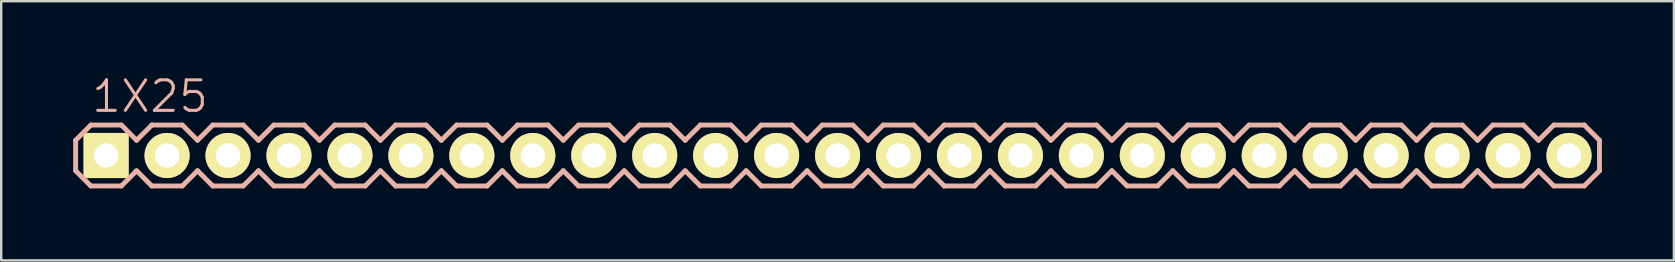
<source format=kicad_pcb>
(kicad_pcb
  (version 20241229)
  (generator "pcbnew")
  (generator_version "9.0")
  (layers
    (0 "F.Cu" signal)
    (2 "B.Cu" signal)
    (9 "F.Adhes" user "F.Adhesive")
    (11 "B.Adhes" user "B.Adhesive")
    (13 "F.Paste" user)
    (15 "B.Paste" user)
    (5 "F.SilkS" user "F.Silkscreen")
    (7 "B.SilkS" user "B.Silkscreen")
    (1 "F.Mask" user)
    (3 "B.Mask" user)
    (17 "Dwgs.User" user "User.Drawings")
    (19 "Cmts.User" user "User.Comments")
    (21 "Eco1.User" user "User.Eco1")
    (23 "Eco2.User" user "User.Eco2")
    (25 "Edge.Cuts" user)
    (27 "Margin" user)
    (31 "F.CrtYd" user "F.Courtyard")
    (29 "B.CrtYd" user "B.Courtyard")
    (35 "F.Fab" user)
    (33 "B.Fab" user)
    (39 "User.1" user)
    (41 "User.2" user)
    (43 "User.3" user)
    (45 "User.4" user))
  (footprint "1X25"
    (layer "F.Cu")
    (at 1.372 3.43)
    (property "Reference" "1X25" (at 1.829 -2.464 0) (layer "B.SilkS") (effects (font (size 1.27 1.27) (thickness 0.127))))
    (attr exclude_from_pos_files exclude_from_bom)
    (fp_line (start -0.254 -0.254) (end 0.254 -0.254) (stroke (width 0.066) (type solid)) (layer "F.SilkS"))
    (fp_line (start -0.254 0.254) (end -0.254 -0.254) (stroke (width 0.066) (type solid)) (layer "F.SilkS"))
    (fp_line (start -0.254 0.254) (end 0.254 0.254) (stroke (width 0.066) (type solid)) (layer "F.SilkS"))
    (fp_line (start 0.254 0.254) (end 0.254 -0.254) (stroke (width 0.066) (type solid)) (layer "F.SilkS"))
    (fp_line (start 2.286 -0.254) (end 2.794 -0.254) (stroke (width 0.066) (type solid)) (layer "F.SilkS"))
    (fp_line (start 2.286 0.254) (end 2.286 -0.254) (stroke (width 0.066) (type solid)) (layer "F.SilkS"))
    (fp_line (start 2.286 0.254) (end 2.794 0.254) (stroke (width 0.066) (type solid)) (layer "F.SilkS"))
    (fp_line (start 2.794 0.254) (end 2.794 -0.254) (stroke (width 0.066) (type solid)) (layer "F.SilkS"))
    (fp_line (start 4.826 -0.254) (end 5.334 -0.254) (stroke (width 0.066) (type solid)) (layer "F.SilkS"))
    (fp_line (start 4.826 0.254) (end 4.826 -0.254) (stroke (width 0.066) (type solid)) (layer "F.SilkS"))
    (fp_line (start 4.826 0.254) (end 5.334 0.254) (stroke (width 0.066) (type solid)) (layer "F.SilkS"))
    (fp_line (start 5.334 0.254) (end 5.334 -0.254) (stroke (width 0.066) (type solid)) (layer "F.SilkS"))
    (fp_line (start 7.366 -0.254) (end 7.874 -0.254) (stroke (width 0.066) (type solid)) (layer "F.SilkS"))
    (fp_line (start 7.366 0.254) (end 7.366 -0.254) (stroke (width 0.066) (type solid)) (layer "F.SilkS"))
    (fp_line (start 7.366 0.254) (end 7.874 0.254) (stroke (width 0.066) (type solid)) (layer "F.SilkS"))
    (fp_line (start 7.874 0.254) (end 7.874 -0.254) (stroke (width 0.066) (type solid)) (layer "F.SilkS"))
    (fp_line (start 9.906 -0.254) (end 10.414 -0.254) (stroke (width 0.066) (type solid)) (layer "F.SilkS"))
    (fp_line (start 9.906 0.254) (end 9.906 -0.254) (stroke (width 0.066) (type solid)) (layer "F.SilkS"))
    (fp_line (start 9.906 0.254) (end 10.414 0.254) (stroke (width 0.066) (type solid)) (layer "F.SilkS"))
    (fp_line (start 10.414 0.254) (end 10.414 -0.254) (stroke (width 0.066) (type solid)) (layer "F.SilkS"))
    (fp_line (start 12.446 -0.254) (end 12.954 -0.254) (stroke (width 0.066) (type solid)) (layer "F.SilkS"))
    (fp_line (start 12.446 0.254) (end 12.446 -0.254) (stroke (width 0.066) (type solid)) (layer "F.SilkS"))
    (fp_line (start 12.446 0.254) (end 12.954 0.254) (stroke (width 0.066) (type solid)) (layer "F.SilkS"))
    (fp_line (start 12.954 0.254) (end 12.954 -0.254) (stroke (width 0.066) (type solid)) (layer "F.SilkS"))
    (fp_line (start 14.986 -0.254) (end 15.494 -0.254) (stroke (width 0.066) (type solid)) (layer "F.SilkS"))
    (fp_line (start 14.986 0.254) (end 14.986 -0.254) (stroke (width 0.066) (type solid)) (layer "F.SilkS"))
    (fp_line (start 14.986 0.254) (end 15.494 0.254) (stroke (width 0.066) (type solid)) (layer "F.SilkS"))
    (fp_line (start 15.494 0.254) (end 15.494 -0.254) (stroke (width 0.066) (type solid)) (layer "F.SilkS"))
    (fp_line (start 17.523 -0.254) (end 18.034 -0.254) (stroke (width 0.066) (type solid)) (layer "F.SilkS"))
    (fp_line (start 17.523 0.254) (end 17.523 -0.254) (stroke (width 0.066) (type solid)) (layer "F.SilkS"))
    (fp_line (start 17.523 0.254) (end 18.034 0.254) (stroke (width 0.066) (type solid)) (layer "F.SilkS"))
    (fp_line (start 18.034 0.254) (end 18.034 -0.254) (stroke (width 0.066) (type solid)) (layer "F.SilkS"))
    (fp_line (start 20.066 -0.254) (end 20.574 -0.254) (stroke (width 0.066) (type solid)) (layer "F.SilkS"))
    (fp_line (start 20.066 0.254) (end 20.066 -0.254) (stroke (width 0.066) (type solid)) (layer "F.SilkS"))
    (fp_line (start 20.066 0.254) (end 20.574 0.254) (stroke (width 0.066) (type solid)) (layer "F.SilkS"))
    (fp_line (start 20.574 0.254) (end 20.574 -0.254) (stroke (width 0.066) (type solid)) (layer "F.SilkS"))
    (fp_line (start 22.606 -0.254) (end 23.114 -0.254) (stroke (width 0.066) (type solid)) (layer "F.SilkS"))
    (fp_line (start 22.606 0.254) (end 22.606 -0.254) (stroke (width 0.066) (type solid)) (layer "F.SilkS"))
    (fp_line (start 22.606 0.254) (end 23.114 0.254) (stroke (width 0.066) (type solid)) (layer "F.SilkS"))
    (fp_line (start 23.114 0.254) (end 23.114 -0.254) (stroke (width 0.066) (type solid)) (layer "F.SilkS"))
    (fp_line (start 25.146 -0.254) (end 25.654 -0.254) (stroke (width 0.066) (type solid)) (layer "F.SilkS"))
    (fp_line (start 25.146 0.254) (end 25.146 -0.254) (stroke (width 0.066) (type solid)) (layer "F.SilkS"))
    (fp_line (start 25.146 0.254) (end 25.654 0.254) (stroke (width 0.066) (type solid)) (layer "F.SilkS"))
    (fp_line (start 25.654 0.254) (end 25.654 -0.254) (stroke (width 0.066) (type solid)) (layer "F.SilkS"))
    (fp_line (start 27.686 -0.254) (end 28.194 -0.254) (stroke (width 0.066) (type solid)) (layer "F.SilkS"))
    (fp_line (start 27.686 0.254) (end 27.686 -0.254) (stroke (width 0.066) (type solid)) (layer "F.SilkS"))
    (fp_line (start 27.686 0.254) (end 28.194 0.254) (stroke (width 0.066) (type solid)) (layer "F.SilkS"))
    (fp_line (start 28.194 0.254) (end 28.194 -0.254) (stroke (width 0.066) (type solid)) (layer "F.SilkS"))
    (fp_line (start 30.226 -0.254) (end 30.734 -0.254) (stroke (width 0.066) (type solid)) (layer "F.SilkS"))
    (fp_line (start 30.226 0.254) (end 30.226 -0.254) (stroke (width 0.066) (type solid)) (layer "F.SilkS"))
    (fp_line (start 30.226 0.254) (end 30.734 0.254) (stroke (width 0.066) (type solid)) (layer "F.SilkS"))
    (fp_line (start 30.734 0.254) (end 30.734 -0.254) (stroke (width 0.066) (type solid)) (layer "F.SilkS"))
    (fp_line (start 32.766 -0.254) (end 33.274 -0.254) (stroke (width 0.066) (type solid)) (layer "F.SilkS"))
    (fp_line (start 32.766 0.254) (end 32.766 -0.254) (stroke (width 0.066) (type solid)) (layer "F.SilkS"))
    (fp_line (start 32.766 0.254) (end 33.274 0.254) (stroke (width 0.066) (type solid)) (layer "F.SilkS"))
    (fp_line (start 33.274 0.254) (end 33.274 -0.254) (stroke (width 0.066) (type solid)) (layer "F.SilkS"))
    (fp_line (start 35.303 -0.254) (end 35.814 -0.254) (stroke (width 0.066) (type solid)) (layer "F.SilkS"))
    (fp_line (start 35.303 0.254) (end 35.303 -0.254) (stroke (width 0.066) (type solid)) (layer "F.SilkS"))
    (fp_line (start 35.303 0.254) (end 35.814 0.254) (stroke (width 0.066) (type solid)) (layer "F.SilkS"))
    (fp_line (start 35.814 0.254) (end 35.814 -0.254) (stroke (width 0.066) (type solid)) (layer "F.SilkS"))
    (fp_line (start 37.846 -0.254) (end 38.354 -0.254) (stroke (width 0.066) (type solid)) (layer "F.SilkS"))
    (fp_line (start 37.846 0.254) (end 37.846 -0.254) (stroke (width 0.066) (type solid)) (layer "F.SilkS"))
    (fp_line (start 37.846 0.254) (end 38.354 0.254) (stroke (width 0.066) (type solid)) (layer "F.SilkS"))
    (fp_line (start 38.354 0.254) (end 38.354 -0.254) (stroke (width 0.066) (type solid)) (layer "F.SilkS"))
    (fp_line (start 40.386 -0.254) (end 40.894 -0.254) (stroke (width 0.066) (type solid)) (layer "F.SilkS"))
    (fp_line (start 40.386 0.254) (end 40.386 -0.254) (stroke (width 0.066) (type solid)) (layer "F.SilkS"))
    (fp_line (start 40.386 0.254) (end 40.894 0.254) (stroke (width 0.066) (type solid)) (layer "F.SilkS"))
    (fp_line (start 40.894 0.254) (end 40.894 -0.254) (stroke (width 0.066) (type solid)) (layer "F.SilkS"))
    (fp_line (start 42.926 -0.254) (end 43.434 -0.254) (stroke (width 0.066) (type solid)) (layer "F.SilkS"))
    (fp_line (start 42.926 0.254) (end 42.926 -0.254) (stroke (width 0.066) (type solid)) (layer "F.SilkS"))
    (fp_line (start 42.926 0.254) (end 43.434 0.254) (stroke (width 0.066) (type solid)) (layer "F.SilkS"))
    (fp_line (start 43.434 0.254) (end 43.434 -0.254) (stroke (width 0.066) (type solid)) (layer "F.SilkS"))
    (fp_line (start 45.466 -0.254) (end 45.974 -0.254) (stroke (width 0.066) (type solid)) (layer "F.SilkS"))
    (fp_line (start 45.466 0.254) (end 45.466 -0.254) (stroke (width 0.066) (type solid)) (layer "F.SilkS"))
    (fp_line (start 45.466 0.254) (end 45.974 0.254) (stroke (width 0.066) (type solid)) (layer "F.SilkS"))
    (fp_line (start 45.974 0.254) (end 45.974 -0.254) (stroke (width 0.066) (type solid)) (layer "F.SilkS"))
    (fp_line (start 48.006 -0.254) (end 48.514 -0.254) (stroke (width 0.066) (type solid)) (layer "F.SilkS"))
    (fp_line (start 48.006 0.254) (end 48.006 -0.254) (stroke (width 0.066) (type solid)) (layer "F.SilkS"))
    (fp_line (start 48.006 0.254) (end 48.514 0.254) (stroke (width 0.066) (type solid)) (layer "F.SilkS"))
    (fp_line (start 48.514 0.254) (end 48.514 -0.254) (stroke (width 0.066) (type solid)) (layer "F.SilkS"))
    (fp_line (start 50.546 -0.254) (end 51.051 -0.254) (stroke (width 0.066) (type solid)) (layer "F.SilkS"))
    (fp_line (start 50.546 0.254) (end 50.546 -0.254) (stroke (width 0.066) (type solid)) (layer "F.SilkS"))
    (fp_line (start 50.546 0.254) (end 51.051 0.254) (stroke (width 0.066) (type solid)) (layer "F.SilkS"))
    (fp_line (start 51.051 0.254) (end 51.051 -0.254) (stroke (width 0.066) (type solid)) (layer "F.SilkS"))
    (fp_line (start 53.086 -0.254) (end 53.594 -0.254) (stroke (width 0.066) (type solid)) (layer "F.SilkS"))
    (fp_line (start 53.086 0.254) (end 53.086 -0.254) (stroke (width 0.066) (type solid)) (layer "F.SilkS"))
    (fp_line (start 53.086 0.254) (end 53.594 0.254) (stroke (width 0.066) (type solid)) (layer "F.SilkS"))
    (fp_line (start 53.594 0.254) (end 53.594 -0.254) (stroke (width 0.066) (type solid)) (layer "F.SilkS"))
    (fp_line (start 55.626 -0.254) (end 56.134 -0.254) (stroke (width 0.066) (type solid)) (layer "F.SilkS"))
    (fp_line (start 55.626 0.254) (end 55.626 -0.254) (stroke (width 0.066) (type solid)) (layer "F.SilkS"))
    (fp_line (start 55.626 0.254) (end 56.134 0.254) (stroke (width 0.066) (type solid)) (layer "F.SilkS"))
    (fp_line (start 56.134 0.254) (end 56.134 -0.254) (stroke (width 0.066) (type solid)) (layer "F.SilkS"))
    (fp_line (start 58.166 -0.254) (end 58.674 -0.254) (stroke (width 0.066) (type solid)) (layer "F.SilkS"))
    (fp_line (start 58.166 0.254) (end 58.166 -0.254) (stroke (width 0.066) (type solid)) (layer "F.SilkS"))
    (fp_line (start 58.166 0.254) (end 58.674 0.254) (stroke (width 0.066) (type solid)) (layer "F.SilkS"))
    (fp_line (start 58.674 0.254) (end 58.674 -0.254) (stroke (width 0.066) (type solid)) (layer "F.SilkS"))
    (fp_line (start 60.706 -0.254) (end 61.214 -0.254) (stroke (width 0.066) (type solid)) (layer "F.SilkS"))
    (fp_line (start 60.706 0.254) (end 60.706 -0.254) (stroke (width 0.066) (type solid)) (layer "F.SilkS"))
    (fp_line (start 60.706 0.254) (end 61.214 0.254) (stroke (width 0.066) (type solid)) (layer "F.SilkS"))
    (fp_line (start 61.214 0.254) (end 61.214 -0.254) (stroke (width 0.066) (type solid)) (layer "F.SilkS"))
    (fp_line (start -1.27 -0.635) (end -1.27 0.635) (stroke (width 0.203) (type solid)) (layer "B.SilkS"))
    (fp_line (start -1.27 0.635) (end -0.635 1.27) (stroke (width 0.203) (type solid)) (layer "B.SilkS"))
    (fp_line (start -0.635 -1.27) (end -1.27 -0.635) (stroke (width 0.203) (type solid)) (layer "B.SilkS"))
    (fp_line (start -0.635 -1.27) (end 0.635 -1.27) (stroke (width 0.203) (type solid)) (layer "B.SilkS"))
    (fp_line (start 0.635 -1.27) (end 1.27 -0.635) (stroke (width 0.203) (type solid)) (layer "B.SilkS"))
    (fp_line (start 0.635 1.27) (end -0.635 1.27) (stroke (width 0.203) (type solid)) (layer "B.SilkS"))
    (fp_line (start 1.27 -0.635) (end 1.905 -1.27) (stroke (width 0.203) (type solid)) (layer "B.SilkS"))
    (fp_line (start 1.27 0.635) (end 0.635 1.27) (stroke (width 0.203) (type solid)) (layer "B.SilkS"))
    (fp_line (start 1.905 -1.27) (end 3.175 -1.27) (stroke (width 0.203) (type solid)) (layer "B.SilkS"))
    (fp_line (start 1.905 1.27) (end 1.27 0.635) (stroke (width 0.203) (type solid)) (layer "B.SilkS"))
    (fp_line (start 3.175 -1.27) (end 3.81 -0.635) (stroke (width 0.203) (type solid)) (layer "B.SilkS"))
    (fp_line (start 3.175 1.27) (end 1.905 1.27) (stroke (width 0.203) (type solid)) (layer "B.SilkS"))
    (fp_line (start 3.81 -0.635) (end 4.445 -1.27) (stroke (width 0.203) (type solid)) (layer "B.SilkS"))
    (fp_line (start 3.81 0.635) (end 3.175 1.27) (stroke (width 0.203) (type solid)) (layer "B.SilkS"))
    (fp_line (start 4.445 -1.27) (end 5.715 -1.27) (stroke (width 0.203) (type solid)) (layer "B.SilkS"))
    (fp_line (start 4.445 1.27) (end 3.81 0.635) (stroke (width 0.203) (type solid)) (layer "B.SilkS"))
    (fp_line (start 5.715 -1.27) (end 6.35 -0.635) (stroke (width 0.203) (type solid)) (layer "B.SilkS"))
    (fp_line (start 5.715 1.27) (end 4.445 1.27) (stroke (width 0.203) (type solid)) (layer "B.SilkS"))
    (fp_line (start 6.35 0.635) (end 5.715 1.27) (stroke (width 0.203) (type solid)) (layer "B.SilkS"))
    (fp_line (start 6.35 0.635) (end 6.985 1.27) (stroke (width 0.203) (type solid)) (layer "B.SilkS"))
    (fp_line (start 6.985 -1.27) (end 6.35 -0.635) (stroke (width 0.203) (type solid)) (layer "B.SilkS"))
    (fp_line (start 6.985 -1.27) (end 8.255 -1.27) (stroke (width 0.203) (type solid)) (layer "B.SilkS"))
    (fp_line (start 8.255 -1.27) (end 8.89 -0.635) (stroke (width 0.203) (type solid)) (layer "B.SilkS"))
    (fp_line (start 8.255 1.27) (end 6.985 1.27) (stroke (width 0.203) (type solid)) (layer "B.SilkS"))
    (fp_line (start 8.89 -0.635) (end 9.525 -1.27) (stroke (width 0.203) (type solid)) (layer "B.SilkS"))
    (fp_line (start 8.89 0.635) (end 8.255 1.27) (stroke (width 0.203) (type solid)) (layer "B.SilkS"))
    (fp_line (start 9.525 -1.27) (end 10.795 -1.27) (stroke (width 0.203) (type solid)) (layer "B.SilkS"))
    (fp_line (start 9.525 1.27) (end 8.89 0.635) (stroke (width 0.203) (type solid)) (layer "B.SilkS"))
    (fp_line (start 10.795 -1.27) (end 11.43 -0.635) (stroke (width 0.203) (type solid)) (layer "B.SilkS"))
    (fp_line (start 10.795 1.27) (end 9.525 1.27) (stroke (width 0.203) (type solid)) (layer "B.SilkS"))
    (fp_line (start 11.43 -0.635) (end 12.065 -1.27) (stroke (width 0.203) (type solid)) (layer "B.SilkS"))
    (fp_line (start 11.43 0.635) (end 10.795 1.27) (stroke (width 0.203) (type solid)) (layer "B.SilkS"))
    (fp_line (start 12.065 -1.27) (end 13.335 -1.27) (stroke (width 0.203) (type solid)) (layer "B.SilkS"))
    (fp_line (start 12.065 1.27) (end 11.43 0.635) (stroke (width 0.203) (type solid)) (layer "B.SilkS"))
    (fp_line (start 13.335 -1.27) (end 13.97 -0.635) (stroke (width 0.203) (type solid)) (layer "B.SilkS"))
    (fp_line (start 13.335 1.27) (end 12.065 1.27) (stroke (width 0.203) (type solid)) (layer "B.SilkS"))
    (fp_line (start 13.97 0.635) (end 13.335 1.27) (stroke (width 0.203) (type solid)) (layer "B.SilkS"))
    (fp_line (start 13.97 0.635) (end 14.605 1.27) (stroke (width 0.203) (type solid)) (layer "B.SilkS"))
    (fp_line (start 14.605 -1.27) (end 13.97 -0.635) (stroke (width 0.203) (type solid)) (layer "B.SilkS"))
    (fp_line (start 14.605 -1.27) (end 15.875 -1.27) (stroke (width 0.203) (type solid)) (layer "B.SilkS"))
    (fp_line (start 15.875 -1.27) (end 16.51 -0.635) (stroke (width 0.203) (type solid)) (layer "B.SilkS"))
    (fp_line (start 15.875 1.27) (end 14.605 1.27) (stroke (width 0.203) (type solid)) (layer "B.SilkS"))
    (fp_line (start 16.51 0.635) (end 15.875 1.27) (stroke (width 0.203) (type solid)) (layer "B.SilkS"))
    (fp_line (start 16.51 0.635) (end 17.145 1.27) (stroke (width 0.203) (type solid)) (layer "B.SilkS"))
    (fp_line (start 17.145 -1.27) (end 16.51 -0.635) (stroke (width 0.203) (type solid)) (layer "B.SilkS"))
    (fp_line (start 17.145 -1.27) (end 18.415 -1.27) (stroke (width 0.203) (type solid)) (layer "B.SilkS"))
    (fp_line (start 18.415 -1.27) (end 19.05 -0.635) (stroke (width 0.203) (type solid)) (layer "B.SilkS"))
    (fp_line (start 18.415 1.27) (end 17.145 1.27) (stroke (width 0.203) (type solid)) (layer "B.SilkS"))
    (fp_line (start 19.05 -0.635) (end 19.685 -1.27) (stroke (width 0.203) (type solid)) (layer "B.SilkS"))
    (fp_line (start 19.05 0.635) (end 18.415 1.27) (stroke (width 0.203) (type solid)) (layer "B.SilkS"))
    (fp_line (start 19.685 -1.27) (end 20.955 -1.27) (stroke (width 0.203) (type solid)) (layer "B.SilkS"))
    (fp_line (start 19.685 1.27) (end 19.05 0.635) (stroke (width 0.203) (type solid)) (layer "B.SilkS"))
    (fp_line (start 20.955 -1.27) (end 21.59 -0.635) (stroke (width 0.203) (type solid)) (layer "B.SilkS"))
    (fp_line (start 20.955 1.27) (end 19.685 1.27) (stroke (width 0.203) (type solid)) (layer "B.SilkS"))
    (fp_line (start 21.59 -0.635) (end 22.225 -1.27) (stroke (width 0.203) (type solid)) (layer "B.SilkS"))
    (fp_line (start 21.59 0.635) (end 20.955 1.27) (stroke (width 0.203) (type solid)) (layer "B.SilkS"))
    (fp_line (start 22.225 -1.27) (end 23.495 -1.27) (stroke (width 0.203) (type solid)) (layer "B.SilkS"))
    (fp_line (start 22.225 1.27) (end 21.59 0.635) (stroke (width 0.203) (type solid)) (layer "B.SilkS"))
    (fp_line (start 23.495 -1.27) (end 24.13 -0.635) (stroke (width 0.203) (type solid)) (layer "B.SilkS"))
    (fp_line (start 23.495 1.27) (end 22.225 1.27) (stroke (width 0.203) (type solid)) (layer "B.SilkS"))
    (fp_line (start 24.13 0.635) (end 23.495 1.27) (stroke (width 0.203) (type solid)) (layer "B.SilkS"))
    (fp_line (start 24.13 0.635) (end 24.765 1.27) (stroke (width 0.203) (type solid)) (layer "B.SilkS"))
    (fp_line (start 24.765 -1.27) (end 24.13 -0.635) (stroke (width 0.203) (type solid)) (layer "B.SilkS"))
    (fp_line (start 24.765 -1.27) (end 26.035 -1.27) (stroke (width 0.203) (type solid)) (layer "B.SilkS"))
    (fp_line (start 26.035 -1.27) (end 26.67 -0.635) (stroke (width 0.203) (type solid)) (layer "B.SilkS"))
    (fp_line (start 26.035 1.27) (end 24.765 1.27) (stroke (width 0.203) (type solid)) (layer "B.SilkS"))
    (fp_line (start 26.67 -0.635) (end 27.305 -1.27) (stroke (width 0.203) (type solid)) (layer "B.SilkS"))
    (fp_line (start 26.67 0.635) (end 26.035 1.27) (stroke (width 0.203) (type solid)) (layer "B.SilkS"))
    (fp_line (start 27.305 -1.27) (end 28.575 -1.27) (stroke (width 0.203) (type solid)) (layer "B.SilkS"))
    (fp_line (start 27.305 1.27) (end 26.67 0.635) (stroke (width 0.203) (type solid)) (layer "B.SilkS"))
    (fp_line (start 28.575 -1.27) (end 29.21 -0.635) (stroke (width 0.203) (type solid)) (layer "B.SilkS"))
    (fp_line (start 28.575 1.27) (end 27.305 1.27) (stroke (width 0.203) (type solid)) (layer "B.SilkS"))
    (fp_line (start 29.21 -0.635) (end 29.845 -1.27) (stroke (width 0.203) (type solid)) (layer "B.SilkS"))
    (fp_line (start 29.21 0.635) (end 28.575 1.27) (stroke (width 0.203) (type solid)) (layer "B.SilkS"))
    (fp_line (start 29.845 -1.27) (end 31.115 -1.27) (stroke (width 0.203) (type solid)) (layer "B.SilkS"))
    (fp_line (start 29.845 1.27) (end 29.21 0.635) (stroke (width 0.203) (type solid)) (layer "B.SilkS"))
    (fp_line (start 31.115 -1.27) (end 31.75 -0.635) (stroke (width 0.203) (type solid)) (layer "B.SilkS"))
    (fp_line (start 31.115 1.27) (end 29.845 1.27) (stroke (width 0.203) (type solid)) (layer "B.SilkS"))
    (fp_line (start 31.75 0.635) (end 31.115 1.27) (stroke (width 0.203) (type solid)) (layer "B.SilkS"))
    (fp_line (start 31.75 0.635) (end 32.385 1.27) (stroke (width 0.203) (type solid)) (layer "B.SilkS"))
    (fp_line (start 32.385 -1.27) (end 31.75 -0.635) (stroke (width 0.203) (type solid)) (layer "B.SilkS"))
    (fp_line (start 32.385 -1.27) (end 33.655 -1.27) (stroke (width 0.203) (type solid)) (layer "B.SilkS"))
    (fp_line (start 33.655 -1.27) (end 34.29 -0.635) (stroke (width 0.203) (type solid)) (layer "B.SilkS"))
    (fp_line (start 33.655 1.27) (end 32.385 1.27) (stroke (width 0.203) (type solid)) (layer "B.SilkS"))
    (fp_line (start 34.29 0.635) (end 33.655 1.27) (stroke (width 0.203) (type solid)) (layer "B.SilkS"))
    (fp_line (start 34.29 0.635) (end 34.925 1.27) (stroke (width 0.203) (type solid)) (layer "B.SilkS"))
    (fp_line (start 34.925 -1.27) (end 34.29 -0.635) (stroke (width 0.203) (type solid)) (layer "B.SilkS"))
    (fp_line (start 34.925 -1.27) (end 36.195 -1.27) (stroke (width 0.203) (type solid)) (layer "B.SilkS"))
    (fp_line (start 36.195 -1.27) (end 36.83 -0.635) (stroke (width 0.203) (type solid)) (layer "B.SilkS"))
    (fp_line (start 36.195 1.27) (end 34.925 1.27) (stroke (width 0.203) (type solid)) (layer "B.SilkS"))
    (fp_line (start 36.83 0.635) (end 36.195 1.27) (stroke (width 0.203) (type solid)) (layer "B.SilkS"))
    (fp_line (start 36.83 0.635) (end 37.465 1.27) (stroke (width 0.203) (type solid)) (layer "B.SilkS"))
    (fp_line (start 37.465 -1.27) (end 36.83 -0.635) (stroke (width 0.203) (type solid)) (layer "B.SilkS"))
    (fp_line (start 37.465 -1.27) (end 38.735 -1.27) (stroke (width 0.203) (type solid)) (layer "B.SilkS"))
    (fp_line (start 38.735 -1.27) (end 39.37 -0.635) (stroke (width 0.203) (type solid)) (layer "B.SilkS"))
    (fp_line (start 38.735 1.27) (end 37.465 1.27) (stroke (width 0.203) (type solid)) (layer "B.SilkS"))
    (fp_line (start 39.37 0.635) (end 38.735 1.27) (stroke (width 0.203) (type solid)) (layer "B.SilkS"))
    (fp_line (start 39.37 0.635) (end 40.005 1.27) (stroke (width 0.203) (type solid)) (layer "B.SilkS"))
    (fp_line (start 40.005 -1.27) (end 39.37 -0.635) (stroke (width 0.203) (type solid)) (layer "B.SilkS"))
    (fp_line (start 40.005 -1.27) (end 41.275 -1.27) (stroke (width 0.203) (type solid)) (layer "B.SilkS"))
    (fp_line (start 41.275 -1.27) (end 41.91 -0.635) (stroke (width 0.203) (type solid)) (layer "B.SilkS"))
    (fp_line (start 41.275 1.27) (end 40.005 1.27) (stroke (width 0.203) (type solid)) (layer "B.SilkS"))
    (fp_line (start 41.91 0.635) (end 41.275 1.27) (stroke (width 0.203) (type solid)) (layer "B.SilkS"))
    (fp_line (start 41.91 0.635) (end 42.545 1.27) (stroke (width 0.203) (type solid)) (layer "B.SilkS"))
    (fp_line (start 42.545 -1.27) (end 41.91 -0.635) (stroke (width 0.203) (type solid)) (layer "B.SilkS"))
    (fp_line (start 42.545 -1.27) (end 43.815 -1.27) (stroke (width 0.203) (type solid)) (layer "B.SilkS"))
    (fp_line (start 43.815 -1.27) (end 44.45 -0.635) (stroke (width 0.203) (type solid)) (layer "B.SilkS"))
    (fp_line (start 43.815 1.27) (end 42.545 1.27) (stroke (width 0.203) (type solid)) (layer "B.SilkS"))
    (fp_line (start 44.45 0.635) (end 43.815 1.27) (stroke (width 0.203) (type solid)) (layer "B.SilkS"))
    (fp_line (start 44.45 0.635) (end 45.085 1.27) (stroke (width 0.203) (type solid)) (layer "B.SilkS"))
    (fp_line (start 45.085 -1.27) (end 44.45 -0.635) (stroke (width 0.203) (type solid)) (layer "B.SilkS"))
    (fp_line (start 45.085 -1.27) (end 46.355 -1.27) (stroke (width 0.203) (type solid)) (layer "B.SilkS"))
    (fp_line (start 46.355 -1.27) (end 46.99 -0.635) (stroke (width 0.203) (type solid)) (layer "B.SilkS"))
    (fp_line (start 46.355 1.27) (end 45.085 1.27) (stroke (width 0.203) (type solid)) (layer "B.SilkS"))
    (fp_line (start 46.99 0.635) (end 46.355 1.27) (stroke (width 0.203) (type solid)) (layer "B.SilkS"))
    (fp_line (start 46.99 0.635) (end 47.625 1.27) (stroke (width 0.203) (type solid)) (layer "B.SilkS"))
    (fp_line (start 47.625 -1.27) (end 46.99 -0.635) (stroke (width 0.203) (type solid)) (layer "B.SilkS"))
    (fp_line (start 47.625 -1.27) (end 48.895 -1.27) (stroke (width 0.203) (type solid)) (layer "B.SilkS"))
    (fp_line (start 48.895 -1.27) (end 49.53 -0.635) (stroke (width 0.203) (type solid)) (layer "B.SilkS"))
    (fp_line (start 48.895 1.27) (end 47.625 1.27) (stroke (width 0.203) (type solid)) (layer "B.SilkS"))
    (fp_line (start 49.53 0.635) (end 48.895 1.27) (stroke (width 0.203) (type solid)) (layer "B.SilkS"))
    (fp_line (start 49.53 0.635) (end 50.165 1.27) (stroke (width 0.203) (type solid)) (layer "B.SilkS"))
    (fp_line (start 50.165 -1.27) (end 49.53 -0.635) (stroke (width 0.203) (type solid)) (layer "B.SilkS"))
    (fp_line (start 50.165 -1.27) (end 51.435 -1.27) (stroke (width 0.203) (type solid)) (layer "B.SilkS"))
    (fp_line (start 51.435 -1.27) (end 52.07 -0.635) (stroke (width 0.203) (type solid)) (layer "B.SilkS"))
    (fp_line (start 51.435 1.27) (end 50.165 1.27) (stroke (width 0.203) (type solid)) (layer "B.SilkS"))
    (fp_line (start 52.07 0.635) (end 51.435 1.27) (stroke (width 0.203) (type solid)) (layer "B.SilkS"))
    (fp_line (start 52.07 0.635) (end 52.705 1.27) (stroke (width 0.203) (type solid)) (layer "B.SilkS"))
    (fp_line (start 52.705 -1.27) (end 52.07 -0.635) (stroke (width 0.203) (type solid)) (layer "B.SilkS"))
    (fp_line (start 52.705 -1.27) (end 53.975 -1.27) (stroke (width 0.203) (type solid)) (layer "B.SilkS"))
    (fp_line (start 53.975 -1.27) (end 54.61 -0.635) (stroke (width 0.203) (type solid)) (layer "B.SilkS"))
    (fp_line (start 53.975 1.27) (end 52.705 1.27) (stroke (width 0.203) (type solid)) (layer "B.SilkS"))
    (fp_line (start 54.61 0.635) (end 53.975 1.27) (stroke (width 0.203) (type solid)) (layer "B.SilkS"))
    (fp_line (start 54.61 0.635) (end 55.245 1.27) (stroke (width 0.203) (type solid)) (layer "B.SilkS"))
    (fp_line (start 55.245 -1.27) (end 54.61 -0.635) (stroke (width 0.203) (type solid)) (layer "B.SilkS"))
    (fp_line (start 55.245 -1.27) (end 56.515 -1.27) (stroke (width 0.203) (type solid)) (layer "B.SilkS"))
    (fp_line (start 56.515 -1.27) (end 57.15 -0.635) (stroke (width 0.203) (type solid)) (layer "B.SilkS"))
    (fp_line (start 56.515 1.27) (end 55.245 1.27) (stroke (width 0.203) (type solid)) (layer "B.SilkS"))
    (fp_line (start 57.15 0.635) (end 56.515 1.27) (stroke (width 0.203) (type solid)) (layer "B.SilkS"))
    (fp_line (start 57.15 0.635) (end 57.785 1.27) (stroke (width 0.203) (type solid)) (layer "B.SilkS"))
    (fp_line (start 57.785 -1.27) (end 57.15 -0.635) (stroke (width 0.203) (type solid)) (layer "B.SilkS"))
    (fp_line (start 57.785 -1.27) (end 59.055 -1.27) (stroke (width 0.203) (type solid)) (layer "B.SilkS"))
    (fp_line (start 59.055 -1.27) (end 59.69 -0.635) (stroke (width 0.203) (type solid)) (layer "B.SilkS"))
    (fp_line (start 59.055 1.27) (end 57.785 1.27) (stroke (width 0.203) (type solid)) (layer "B.SilkS"))
    (fp_line (start 59.69 0.635) (end 59.055 1.27) (stroke (width 0.203) (type solid)) (layer "B.SilkS"))
    (fp_line (start 59.69 0.635) (end 60.325 1.27) (stroke (width 0.203) (type solid)) (layer "B.SilkS"))
    (fp_line (start 60.325 -1.27) (end 59.69 -0.635) (stroke (width 0.203) (type solid)) (layer "B.SilkS"))
    (fp_line (start 60.325 -1.27) (end 61.595 -1.27) (stroke (width 0.203) (type solid)) (layer "B.SilkS"))
    (fp_line (start 61.595 -1.27) (end 62.23 -0.635) (stroke (width 0.203) (type solid)) (layer "B.SilkS"))
    (fp_line (start 61.595 1.27) (end 60.325 1.27) (stroke (width 0.203) (type solid)) (layer "B.SilkS"))
    (fp_line (start 62.23 -0.635) (end 62.23 0.635) (stroke (width 0.203) (type solid)) (layer "B.SilkS"))
    (fp_line (start 62.23 0.635) (end 61.595 1.27) (stroke (width 0.203) (type solid)) (layer "B.SilkS"))
    (pad "1" thru_hole rect (at 0 0) (size 1.88 1.88) (drill 1.016) (layers "*.Cu" "F.Mask" "F.SilkS" "F.Paste"))
    (pad "2" thru_hole circle (at 2.54 0) (size 1.88 1.88) (drill 1.016) (layers "*.Cu" "F.Mask" "F.SilkS" "F.Paste"))
    (pad "3" thru_hole circle (at 5.08 0) (size 1.88 1.88) (drill 1.016) (layers "*.Cu" "F.Mask" "F.SilkS" "F.Paste"))
    (pad "4" thru_hole circle (at 7.62 0) (size 1.88 1.88) (drill 1.016) (layers "*.Cu" "F.Mask" "F.SilkS" "F.Paste"))
    (pad "5" thru_hole circle (at 10.16 0) (size 1.88 1.88) (drill 1.016) (layers "*.Cu" "F.Mask" "F.SilkS" "F.Paste"))
    (pad "6" thru_hole circle (at 12.7 0) (size 1.88 1.88) (drill 1.016) (layers "*.Cu" "F.Mask" "F.SilkS" "F.Paste"))
    (pad "7" thru_hole circle (at 15.24 0) (size 1.88 1.88) (drill 1.016) (layers "*.Cu" "F.Mask" "F.SilkS" "F.Paste"))
    (pad "8" thru_hole circle (at 17.78 0) (size 1.88 1.88) (drill 1.016) (layers "*.Cu" "F.Mask" "F.SilkS" "F.Paste"))
    (pad "9" thru_hole circle (at 20.32 0) (size 1.88 1.88) (drill 1.016) (layers "*.Cu" "F.Mask" "F.SilkS" "F.Paste"))
    (pad "10" thru_hole circle (at 22.86 0) (size 1.88 1.88) (drill 1.016) (layers "*.Cu" "F.Mask" "F.SilkS" "F.Paste"))
    (pad "11" thru_hole circle (at 25.4 0) (size 1.88 1.88) (drill 1.016) (layers "*.Cu" "F.Mask" "F.SilkS" "F.Paste"))
    (pad "12" thru_hole circle (at 27.94 0) (size 1.88 1.88) (drill 1.016) (layers "*.Cu" "F.Mask" "F.SilkS" "F.Paste"))
    (pad "13" thru_hole circle (at 30.48 0) (size 1.88 1.88) (drill 1.016) (layers "*.Cu" "F.Mask" "F.SilkS" "F.Paste"))
    (pad "14" thru_hole circle (at 33.02 0) (size 1.88 1.88) (drill 1.016) (layers "*.Cu" "F.Mask" "F.SilkS" "F.Paste"))
    (pad "15" thru_hole circle (at 35.56 0) (size 1.88 1.88) (drill 1.016) (layers "*.Cu" "F.Mask" "F.SilkS" "F.Paste"))
    (pad "16" thru_hole circle (at 38.1 0) (size 1.88 1.88) (drill 1.016) (layers "*.Cu" "F.Mask" "F.SilkS" "F.Paste"))
    (pad "17" thru_hole circle (at 40.64 0) (size 1.88 1.88) (drill 1.016) (layers "*.Cu" "F.Mask" "F.SilkS" "F.Paste"))
    (pad "18" thru_hole circle (at 43.18 0) (size 1.88 1.88) (drill 1.016) (layers "*.Cu" "F.Mask" "F.SilkS" "F.Paste"))
    (pad "19" thru_hole circle (at 45.72 0) (size 1.88 1.88) (drill 1.016) (layers "*.Cu" "F.Mask" "F.SilkS" "F.Paste"))
    (pad "20" thru_hole circle (at 48.26 0) (size 1.88 1.88) (drill 1.016) (layers "*.Cu" "F.Mask" "F.SilkS" "F.Paste"))
    (pad "21" thru_hole circle (at 50.8 0) (size 1.88 1.88) (drill 1.016) (layers "*.Cu" "F.Mask" "F.SilkS" "F.Paste"))
    (pad "22" thru_hole circle (at 53.34 0) (size 1.88 1.88) (drill 1.016) (layers "*.Cu" "F.Mask" "F.SilkS" "F.Paste"))
    (pad "23" thru_hole circle (at 55.88 0) (size 1.88 1.88) (drill 1.016) (layers "*.Cu" "F.Mask" "F.SilkS" "F.Paste"))
    (pad "24" thru_hole circle (at 58.42 0) (size 1.88 1.88) (drill 1.016) (layers "*.Cu" "F.Mask" "F.SilkS" "F.Paste"))
    (pad "25" thru_hole circle (at 60.96 0) (size 1.88 1.88) (drill 1.016) (layers "*.Cu" "F.Mask" "F.SilkS" "F.Paste")))
  (gr_rect
    (start -3 -3)
    (end 66.703 7.801)
    (stroke (width 0.1) (type default))
    (fill no)
    (layer "Edge.Cuts")))
</source>
